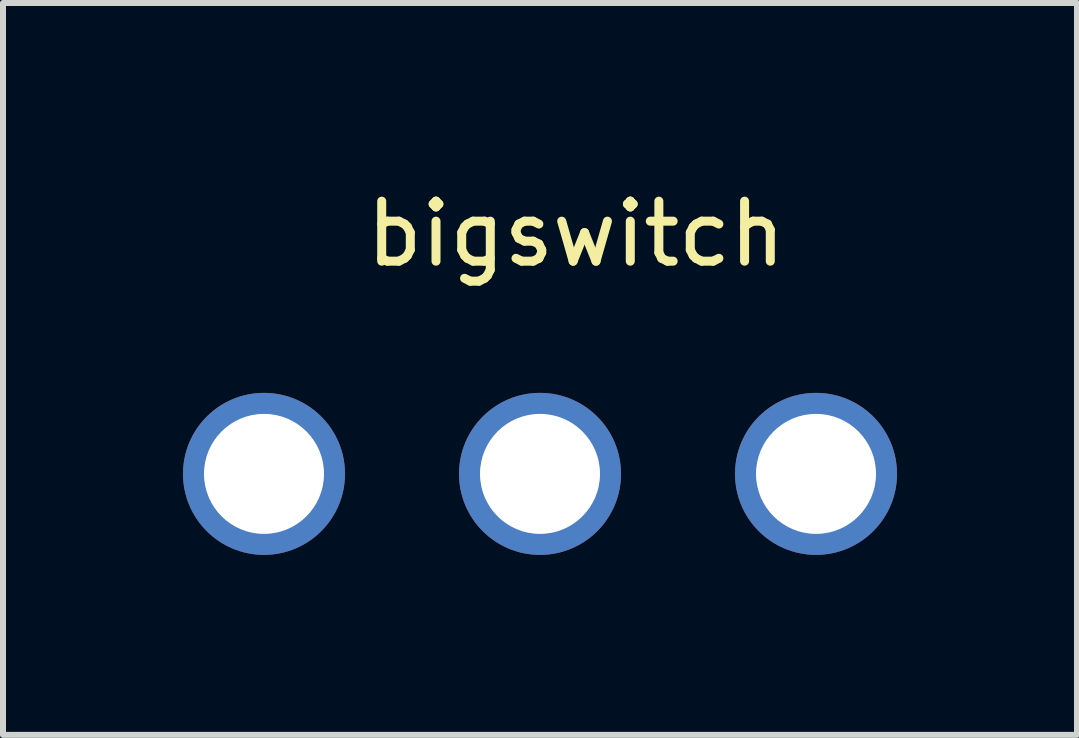
<source format=kicad_pcb>
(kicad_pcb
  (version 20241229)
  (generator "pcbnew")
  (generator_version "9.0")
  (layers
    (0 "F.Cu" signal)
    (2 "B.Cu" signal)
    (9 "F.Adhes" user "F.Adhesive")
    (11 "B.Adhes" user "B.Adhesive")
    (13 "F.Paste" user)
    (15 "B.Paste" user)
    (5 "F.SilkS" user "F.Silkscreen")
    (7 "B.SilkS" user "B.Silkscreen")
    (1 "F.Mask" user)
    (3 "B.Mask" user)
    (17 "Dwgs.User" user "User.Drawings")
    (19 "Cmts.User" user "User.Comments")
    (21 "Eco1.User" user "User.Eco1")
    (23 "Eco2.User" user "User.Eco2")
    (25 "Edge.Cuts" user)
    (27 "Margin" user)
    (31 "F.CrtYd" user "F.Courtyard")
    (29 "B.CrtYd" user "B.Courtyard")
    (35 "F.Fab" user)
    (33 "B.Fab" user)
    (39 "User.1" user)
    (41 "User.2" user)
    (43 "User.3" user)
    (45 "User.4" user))
  (footprint "bigswitch"
    (layer "F.Cu")
    (at 6.55 4.848)
    (property "Reference" "bigswitch" (at 0 -4 0) (unlocked yes) (layer "F.SilkS") (effects (font (size 1 1) (thickness 0.15))))
    (attr through_hole)
    (pad "1" thru_hole circle (at -5.2 0) (size 2.7 2.7) (drill 2) (layers "*.Cu" "*.Mask"))
    (pad "2" thru_hole circle (at -0.6 0) (size 2.7 2.7) (drill 2) (layers "*.Cu" "*.Mask"))
    (pad "3" thru_hole circle (at 4 0) (size 2.7 2.7) (drill 2) (layers "*.Cu" "*.Mask")))
  (gr_rect
    (start -3 -3)
    (end 14.9 9.198)
    (stroke (width 0.1) (type default))
    (fill no)
    (layer "Edge.Cuts")))
</source>
